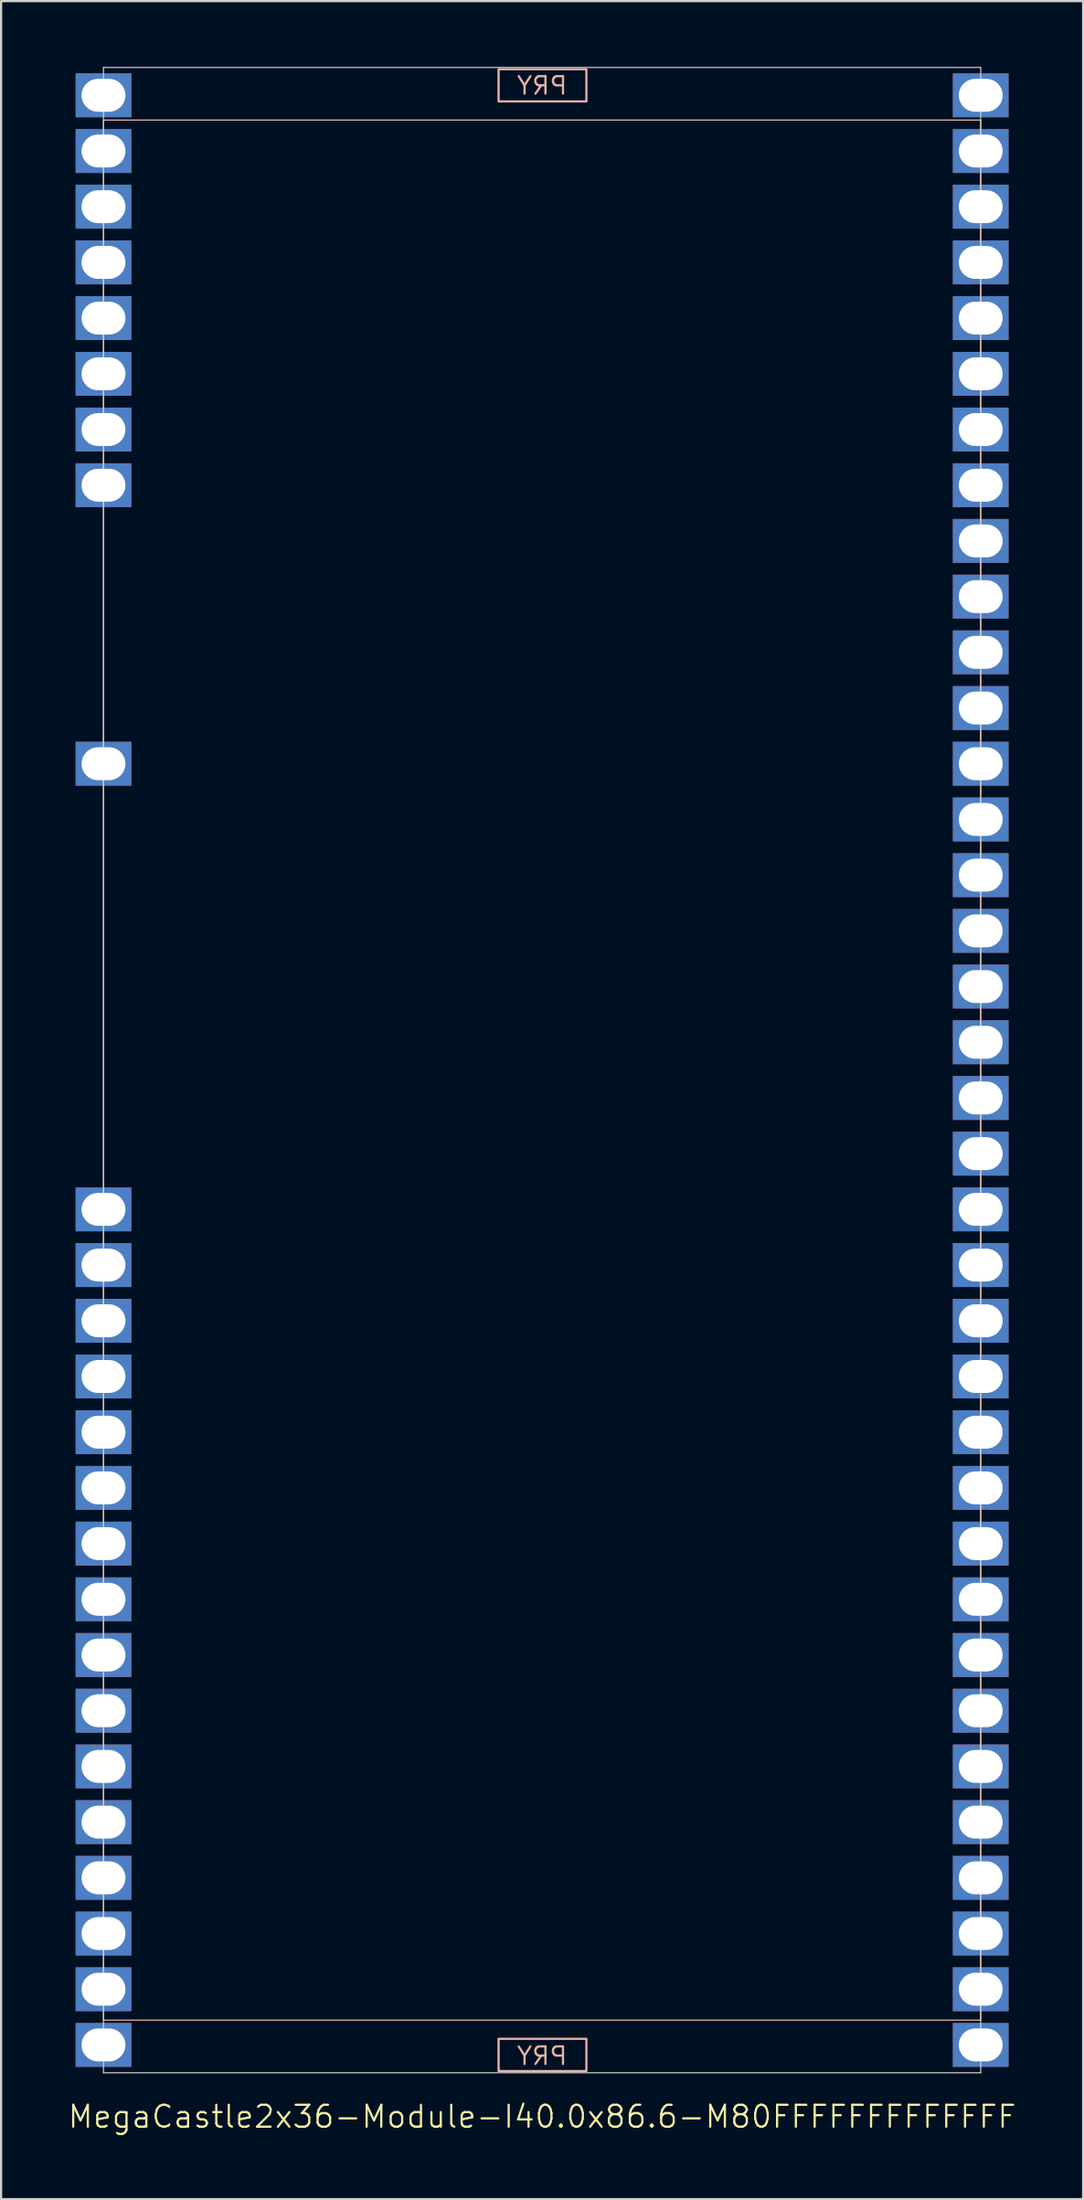
<source format=kicad_pcb>
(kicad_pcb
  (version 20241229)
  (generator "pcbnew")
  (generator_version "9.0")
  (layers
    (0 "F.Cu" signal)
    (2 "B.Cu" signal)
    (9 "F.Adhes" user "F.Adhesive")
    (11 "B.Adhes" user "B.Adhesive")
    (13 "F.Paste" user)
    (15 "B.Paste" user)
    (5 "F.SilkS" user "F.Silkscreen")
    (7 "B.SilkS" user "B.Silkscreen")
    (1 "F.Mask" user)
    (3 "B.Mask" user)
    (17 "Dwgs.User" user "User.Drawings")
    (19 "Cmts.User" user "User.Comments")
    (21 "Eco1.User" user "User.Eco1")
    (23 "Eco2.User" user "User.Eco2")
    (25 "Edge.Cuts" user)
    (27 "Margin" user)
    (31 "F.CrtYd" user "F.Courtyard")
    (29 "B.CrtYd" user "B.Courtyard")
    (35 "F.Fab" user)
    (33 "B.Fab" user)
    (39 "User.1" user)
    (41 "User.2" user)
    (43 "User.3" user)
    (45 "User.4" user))
  (footprint "MegaCastle2x36-Module-I40.0x86.6-M80FFFFFFFFFFFFF"
    (layer "F.Cu")
    (at 21.669 45.745)
    (property "Reference" "MegaCastle2x36-Module-I40.0x86.6-M80FFFFFFFFFFFFF" (at 0 47.72 0) (unlocked yes) (layer "F.SilkS") (effects (font (size 1 1) (thickness 0.1))))
    (attr smd)
    (fp_rect (start -20 43.32) (end 20 -43.32) (stroke (width 0.05) (type default)) (fill no) (layer "B.SilkS"))
    (fp_rect (start -1.984 -44.171) (end 2.02 -45.64) (stroke (width 0.1) (type default)) (fill no) (layer "B.SilkS"))
    (fp_rect (start -1.984 44.171) (end 2.02 45.64) (stroke (width 0.1) (type default)) (fill no) (layer "B.SilkS"))
    (fp_line (start -20 -45.72) (end -20 45.72) (stroke (width 0.05) (type default)) (layer "Edge.Cuts"))
    (fp_line (start -20 -45.72) (end 20 -45.72) (stroke (width 0.05) (type default)) (layer "Edge.Cuts"))
    (fp_line (start -20 45.72) (end 20 45.72) (stroke (width 0.05) (type default)) (layer "Edge.Cuts"))
    (fp_line (start 20 -45.72) (end 20 45.72) (stroke (width 0.05) (type default)) (layer "Edge.Cuts"))
    (fp_text user "PRY" (at 0 -44.42 0) (unlocked yes) (layer "B.SilkS") (effects (font (size 0.8 0.8) (thickness 0.1)) (justify bottom mirror)))
    (fp_text user "PRY" (at 0 45.42 0) (unlocked yes) (layer "B.SilkS") (effects (font (size 0.8 0.8) (thickness 0.1)) (justify bottom mirror)))
    (pad "1" thru_hole rect (at -20 -44.45) (size 2.54 2) (drill oval 2 1.5) (property pad_prop_castellated) (layers "*.Cu" "*.Mask"))
    (pad "2" thru_hole rect (at -20 -41.91) (size 2.54 2) (drill oval 2 1.5) (property pad_prop_castellated) (layers "*.Cu" "*.Mask"))
    (pad "3" thru_hole rect (at -20 -39.37) (size 2.54 2) (drill oval 2 1.5) (property pad_prop_castellated) (layers "*.Cu" "*.Mask"))
    (pad "4" thru_hole rect (at -20 -36.83) (size 2.54 2) (drill oval 2 1.5) (property pad_prop_castellated) (layers "*.Cu" "*.Mask"))
    (pad "5" thru_hole rect (at -20 -34.29) (size 2.54 2) (drill oval 2 1.5) (property pad_prop_castellated) (layers "*.Cu" "*.Mask"))
    (pad "6" thru_hole rect (at -20 -31.75) (size 2.54 2) (drill oval 2 1.5) (property pad_prop_castellated) (layers "*.Cu" "*.Mask"))
    (pad "7" thru_hole rect (at -20 -29.21) (size 2.54 2) (drill oval 2 1.5) (property pad_prop_castellated) (layers "*.Cu" "*.Mask"))
    (pad "8" thru_hole rect (at -20 -26.67) (size 2.54 2) (drill oval 2 1.5) (property pad_prop_castellated) (layers "*.Cu" "*.Mask"))
    (pad "13" thru_hole rect (at -20 -13.97) (size 2.54 2) (drill oval 2 1.5) (property pad_prop_castellated) (layers "*.Cu" "*.Mask"))
    (pad "21" thru_hole rect (at -20 6.35) (size 2.54 2) (drill oval 2 1.5) (property pad_prop_castellated) (layers "*.Cu" "*.Mask"))
    (pad "22" thru_hole rect (at -20 8.89) (size 2.54 2) (drill oval 2 1.5) (property pad_prop_castellated) (layers "*.Cu" "*.Mask"))
    (pad "23" thru_hole rect (at -20 11.43) (size 2.54 2) (drill oval 2 1.5) (property pad_prop_castellated) (layers "*.Cu" "*.Mask"))
    (pad "24" thru_hole rect (at -20 13.97) (size 2.54 2) (drill oval 2 1.5) (property pad_prop_castellated) (layers "*.Cu" "*.Mask"))
    (pad "25" thru_hole rect (at -20 16.51) (size 2.54 2) (drill oval 2 1.5) (property pad_prop_castellated) (layers "*.Cu" "*.Mask"))
    (pad "26" thru_hole rect (at -20 19.05) (size 2.54 2) (drill oval 2 1.5) (property pad_prop_castellated) (layers "*.Cu" "*.Mask"))
    (pad "27" thru_hole rect (at -20 21.59) (size 2.54 2) (drill oval 2 1.5) (property pad_prop_castellated) (layers "*.Cu" "*.Mask"))
    (pad "28" thru_hole rect (at -20 24.13) (size 2.54 2) (drill oval 2 1.5) (property pad_prop_castellated) (layers "*.Cu" "*.Mask"))
    (pad "29" thru_hole rect (at -20 26.67) (size 2.54 2) (drill oval 2 1.5) (property pad_prop_castellated) (layers "*.Cu" "*.Mask"))
    (pad "30" thru_hole rect (at -20 29.21) (size 2.54 2) (drill oval 2 1.5) (property pad_prop_castellated) (layers "*.Cu" "*.Mask"))
    (pad "31" thru_hole rect (at -20 31.75) (size 2.54 2) (drill oval 2 1.5) (property pad_prop_castellated) (layers "*.Cu" "*.Mask"))
    (pad "32" thru_hole rect (at -20 34.29) (size 2.54 2) (drill oval 2 1.5) (property pad_prop_castellated) (layers "*.Cu" "*.Mask"))
    (pad "33" thru_hole rect (at -20 36.83) (size 2.54 2) (drill oval 2 1.5) (property pad_prop_castellated) (layers "*.Cu" "*.Mask"))
    (pad "34" thru_hole rect (at -20 39.37) (size 2.54 2) (drill oval 2 1.5) (property pad_prop_castellated) (layers "*.Cu" "*.Mask"))
    (pad "35" thru_hole rect (at -20 41.91) (size 2.54 2) (drill oval 2 1.5) (property pad_prop_castellated) (layers "*.Cu" "*.Mask"))
    (pad "36" thru_hole rect (at -20 44.45) (size 2.54 2) (drill oval 2 1.5) (property pad_prop_castellated) (layers "*.Cu" "*.Mask"))
    (pad "37" thru_hole rect (at 20 -44.45) (size 2.54 2) (drill oval 2 1.5) (property pad_prop_castellated) (layers "*.Cu" "*.Mask"))
    (pad "38" thru_hole rect (at 20 -41.91) (size 2.54 2) (drill oval 2 1.5) (property pad_prop_castellated) (layers "*.Cu" "*.Mask"))
    (pad "39" thru_hole rect (at 20 -39.37) (size 2.54 2) (drill oval 2 1.5) (property pad_prop_castellated) (layers "*.Cu" "*.Mask"))
    (pad "40" thru_hole rect (at 20 -36.83) (size 2.54 2) (drill oval 2 1.5) (property pad_prop_castellated) (layers "*.Cu" "*.Mask"))
    (pad "41" thru_hole rect (at 20 -34.29) (size 2.54 2) (drill oval 2 1.5) (property pad_prop_castellated) (layers "*.Cu" "*.Mask"))
    (pad "42" thru_hole rect (at 20 -31.75) (size 2.54 2) (drill oval 2 1.5) (property pad_prop_castellated) (layers "*.Cu" "*.Mask"))
    (pad "43" thru_hole rect (at 20 -29.21) (size 2.54 2) (drill oval 2 1.5) (property pad_prop_castellated) (layers "*.Cu" "*.Mask"))
    (pad "44" thru_hole rect (at 20 -26.67) (size 2.54 2) (drill oval 2 1.5) (property pad_prop_castellated) (layers "*.Cu" "*.Mask"))
    (pad "45" thru_hole rect (at 20 -24.13) (size 2.54 2) (drill oval 2 1.5) (property pad_prop_castellated) (layers "*.Cu" "*.Mask"))
    (pad "46" thru_hole rect (at 20 -21.59) (size 2.54 2) (drill oval 2 1.5) (property pad_prop_castellated) (layers "*.Cu" "*.Mask"))
    (pad "47" thru_hole rect (at 20 -19.05) (size 2.54 2) (drill oval 2 1.5) (property pad_prop_castellated) (layers "*.Cu" "*.Mask"))
    (pad "48" thru_hole rect (at 20 -16.51) (size 2.54 2) (drill oval 2 1.5) (property pad_prop_castellated) (layers "*.Cu" "*.Mask"))
    (pad "49" thru_hole rect (at 20 -13.97) (size 2.54 2) (drill oval 2 1.5) (property pad_prop_castellated) (layers "*.Cu" "*.Mask"))
    (pad "50" thru_hole rect (at 20 -11.43) (size 2.54 2) (drill oval 2 1.5) (property pad_prop_castellated) (layers "*.Cu" "*.Mask"))
    (pad "51" thru_hole rect (at 20 -8.89) (size 2.54 2) (drill oval 2 1.5) (property pad_prop_castellated) (layers "*.Cu" "*.Mask"))
    (pad "52" thru_hole rect (at 20 -6.35) (size 2.54 2) (drill oval 2 1.5) (property pad_prop_castellated) (layers "*.Cu" "*.Mask"))
    (pad "53" thru_hole rect (at 20 -3.81) (size 2.54 2) (drill oval 2 1.5) (property pad_prop_castellated) (layers "*.Cu" "*.Mask"))
    (pad "54" thru_hole rect (at 20 -1.27) (size 2.54 2) (drill oval 2 1.5) (property pad_prop_castellated) (layers "*.Cu" "*.Mask"))
    (pad "55" thru_hole rect (at 20 1.27) (size 2.54 2) (drill oval 2 1.5) (property pad_prop_castellated) (layers "*.Cu" "*.Mask"))
    (pad "56" thru_hole rect (at 20 3.81) (size 2.54 2) (drill oval 2 1.5) (property pad_prop_castellated) (layers "*.Cu" "*.Mask"))
    (pad "57" thru_hole rect (at 20 6.35) (size 2.54 2) (drill oval 2 1.5) (property pad_prop_castellated) (layers "*.Cu" "*.Mask"))
    (pad "58" thru_hole rect (at 20 8.89) (size 2.54 2) (drill oval 2 1.5) (property pad_prop_castellated) (layers "*.Cu" "*.Mask"))
    (pad "59" thru_hole rect (at 20 11.43) (size 2.54 2) (drill oval 2 1.5) (property pad_prop_castellated) (layers "*.Cu" "*.Mask"))
    (pad "60" thru_hole rect (at 20 13.97) (size 2.54 2) (drill oval 2 1.5) (property pad_prop_castellated) (layers "*.Cu" "*.Mask"))
    (pad "61" thru_hole rect (at 20 16.51) (size 2.54 2) (drill oval 2 1.5) (property pad_prop_castellated) (layers "*.Cu" "*.Mask"))
    (pad "62" thru_hole rect (at 20 19.05) (size 2.54 2) (drill oval 2 1.5) (property pad_prop_castellated) (layers "*.Cu" "*.Mask"))
    (pad "63" thru_hole rect (at 20 21.59) (size 2.54 2) (drill oval 2 1.5) (property pad_prop_castellated) (layers "*.Cu" "*.Mask"))
    (pad "64" thru_hole rect (at 20 24.13) (size 2.54 2) (drill oval 2 1.5) (property pad_prop_castellated) (layers "*.Cu" "*.Mask"))
    (pad "65" thru_hole rect (at 20 26.67) (size 2.54 2) (drill oval 2 1.5) (property pad_prop_castellated) (layers "*.Cu" "*.Mask"))
    (pad "66" thru_hole rect (at 20 29.21) (size 2.54 2) (drill oval 2 1.5) (property pad_prop_castellated) (layers "*.Cu" "*.Mask"))
    (pad "67" thru_hole rect (at 20 31.75) (size 2.54 2) (drill oval 2 1.5) (property pad_prop_castellated) (layers "*.Cu" "*.Mask"))
    (pad "68" thru_hole rect (at 20 34.29) (size 2.54 2) (drill oval 2 1.5) (property pad_prop_castellated) (layers "*.Cu" "*.Mask"))
    (pad "69" thru_hole rect (at 20 36.83) (size 2.54 2) (drill oval 2 1.5) (property pad_prop_castellated) (layers "*.Cu" "*.Mask"))
    (pad "70" thru_hole rect (at 20 39.37) (size 2.54 2) (drill oval 2 1.5) (property pad_prop_castellated) (layers "*.Cu" "*.Mask"))
    (pad "71" thru_hole rect (at 20 41.91) (size 2.54 2) (drill oval 2 1.5) (property pad_prop_castellated) (layers "*.Cu" "*.Mask"))
    (pad "72" thru_hole rect (at 20 44.45) (size 2.54 2) (drill oval 2 1.5) (property pad_prop_castellated) (layers "*.Cu" "*.Mask"))
    (zone (net_name "") (layer "B.Cu") (hatch edge 0.5) (connect_pads) (min_thickness 0.25) (filled_areas_thickness no) (keepout (tracks allowed) (vias allowed) (pads allowed) (copperpour allowed) (footprints not_allowed)) (placement (enabled no)) (fill) (polygon (pts (xy 1.669 91.465) (xy 1.669 0.025))))
    (zone (net_name "") (layer "B.Cu") (hatch edge 0.5) (connect_pads) (min_thickness 0.25) (filled_areas_thickness no) (keepout (tracks allowed) (vias allowed) (pads allowed) (copperpour allowed) (footprints not_allowed)) (placement (enabled no)) (fill) (polygon (pts (xy 41.669 91.465) (xy 41.669 0.025))))
    (zone (net_name "") (layer "B.Cu") (hatch edge 0.5) (connect_pads) (min_thickness 0.25) (filled_areas_thickness no) (keepout (tracks allowed) (vias allowed) (pads allowed) (copperpour allowed) (footprints not_allowed)) (placement (enabled no)) (fill) (polygon (pts (xy 1.669 0.025) (xy 1.669 2.425) (xy 41.669 2.425) (xy 41.669 0.025))))
    (zone (net_name "") (layer "B.Cu") (hatch edge 0.5) (connect_pads) (min_thickness 0.25) (filled_areas_thickness no) (keepout (tracks allowed) (vias allowed) (pads allowed) (copperpour allowed) (footprints not_allowed)) (placement (enabled no)) (fill) (polygon (pts (xy 1.669 91.465) (xy 1.669 89.065) (xy 41.669 89.065) (xy 41.669 91.465))))
    (zone (net_name "") (layer "B.Cu") (name "Upper Pry Zone") (hatch edge 0.5) (connect_pads) (min_thickness 0.25) (filled_areas_thickness no) (keepout (tracks not_allowed) (vias not_allowed) (pads not_allowed) (copperpour allowed) (footprints not_allowed)) (placement (enabled no)) (fill) (polygon (pts (xy 19.685 1.574) (xy 19.685 0.105) (xy 23.689 0.105) (xy 23.689 1.574))))
    (zone (net_name "") (layer "B.Cu") (name "Upper Pry Zone") (hatch edge 0.5) (connect_pads) (min_thickness 0.25) (filled_areas_thickness no) (keepout (tracks not_allowed) (vias not_allowed) (pads not_allowed) (copperpour allowed) (footprints not_allowed)) (placement (enabled no)) (fill) (polygon (pts (xy 19.685 89.916) (xy 19.685 91.385) (xy 23.689 91.385) (xy 23.689 89.916)))))
  (gr_rect
    (start -3 -3)
    (end 46.338 97.226)
    (stroke (width 0.1) (type default))
    (fill no)
    (layer "Edge.Cuts")))
</source>
